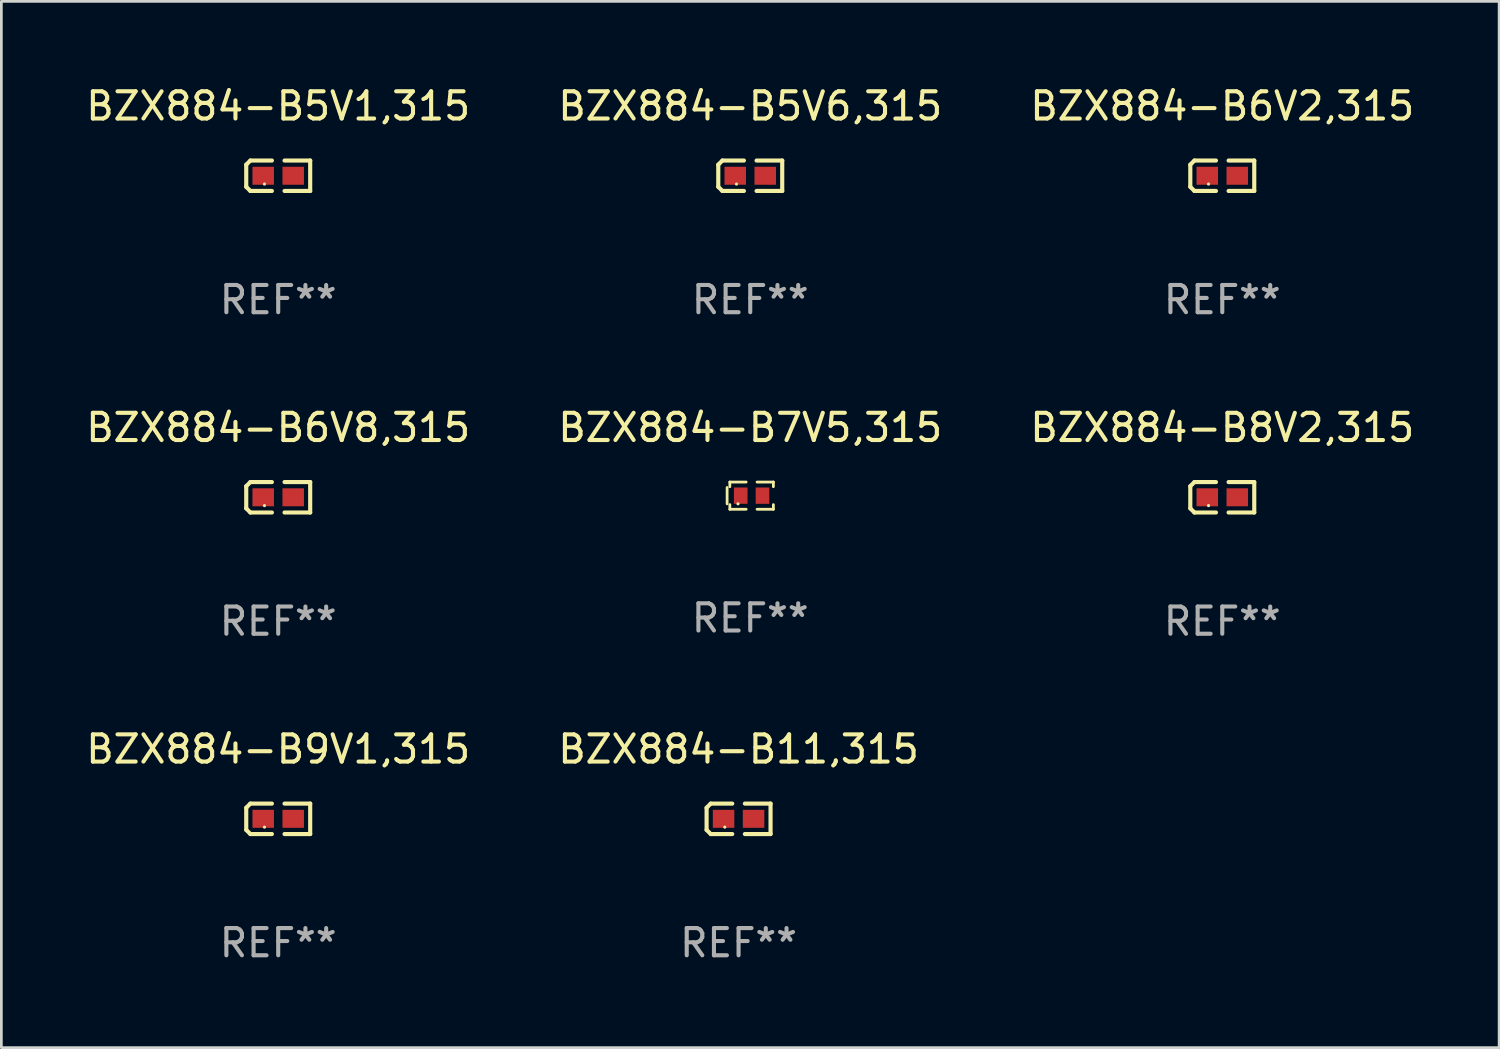
<source format=kicad_pcb>
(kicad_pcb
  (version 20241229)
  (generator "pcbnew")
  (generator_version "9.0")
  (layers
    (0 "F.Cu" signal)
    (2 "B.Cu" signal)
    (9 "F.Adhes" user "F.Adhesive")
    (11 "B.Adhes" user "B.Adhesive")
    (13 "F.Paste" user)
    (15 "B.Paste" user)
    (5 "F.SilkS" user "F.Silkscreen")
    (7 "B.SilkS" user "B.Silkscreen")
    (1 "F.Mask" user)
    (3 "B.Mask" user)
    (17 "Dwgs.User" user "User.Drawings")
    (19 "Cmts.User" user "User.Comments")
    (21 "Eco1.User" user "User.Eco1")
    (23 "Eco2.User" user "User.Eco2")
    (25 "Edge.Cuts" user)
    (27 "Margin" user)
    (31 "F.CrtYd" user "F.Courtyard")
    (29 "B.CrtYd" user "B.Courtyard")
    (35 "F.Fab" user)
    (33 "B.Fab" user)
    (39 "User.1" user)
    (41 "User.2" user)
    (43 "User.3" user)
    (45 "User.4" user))
  (footprint "BZX884-B5V6,315"
    (layer "F.Cu")
    (at 24.518 3.408)
    (property "Reference" "BZX884-B5V6,315" (at 0 -2.559 0) (layer "F.SilkS") (effects (font (size 1 1) (thickness 0.15))))
    (attr through_hole)
    (fp_line (start -1.175 -0.407) (end -1.023 -0.559) (stroke (width 0.152) (type solid)) (layer "F.SilkS"))
    (fp_line (start -1.175 0.407) (end -1.175 -0.407) (stroke (width 0.152) (type solid)) (layer "F.SilkS"))
    (fp_line (start -1.023 -0.559) (end -0.232 -0.559) (stroke (width 0.152) (type solid)) (layer "F.SilkS"))
    (fp_line (start -1.023 0.559) (end -1.175 0.407) (stroke (width 0.152) (type solid)) (layer "F.SilkS"))
    (fp_line (start -0.232 0.559) (end -1.023 0.559) (stroke (width 0.152) (type solid)) (layer "F.SilkS"))
    (fp_line (start 0.232 0.559) (end 1.175 0.559) (stroke (width 0.152) (type solid)) (layer "F.SilkS"))
    (fp_line (start 1.175 -0.559) (end 0.232 -0.559) (stroke (width 0.152) (type solid)) (layer "F.SilkS"))
    (fp_line (start 1.175 0.559) (end 1.175 -0.559) (stroke (width 0.152) (type solid)) (layer "F.SilkS"))
    (fp_circle (center -0.506 0.306) (end -0.476 0.306) (stroke (width 0.06) (type solid)) (fill no) (layer "F.SilkS"))
    (fp_text user "REF**" (at 0 4.559 0) (layer "F.Fab") (effects (font (size 1 1) (thickness 0.15))))
    (pad "1" smd rect (at -0.551 0) (size 0.79 0.661) (layers "F.Cu" "F.Mask" "F.Paste"))
    (pad "2" smd rect (at 0.551 0) (size 0.79 0.661) (layers "F.Cu" "F.Mask" "F.Paste")))
  (footprint "BZX884-B6V8,315"
    (layer "F.Cu")
    (at 7.173 15.223)
    (property "Reference" "BZX884-B6V8,315" (at 0 -2.559 0) (layer "F.SilkS") (effects (font (size 1 1) (thickness 0.15))))
    (attr through_hole)
    (fp_line (start -1.175 -0.407) (end -1.023 -0.559) (stroke (width 0.152) (type solid)) (layer "F.SilkS"))
    (fp_line (start -1.175 0.407) (end -1.175 -0.407) (stroke (width 0.152) (type solid)) (layer "F.SilkS"))
    (fp_line (start -1.023 -0.559) (end -0.232 -0.559) (stroke (width 0.152) (type solid)) (layer "F.SilkS"))
    (fp_line (start -1.023 0.559) (end -1.175 0.407) (stroke (width 0.152) (type solid)) (layer "F.SilkS"))
    (fp_line (start -0.232 0.559) (end -1.023 0.559) (stroke (width 0.152) (type solid)) (layer "F.SilkS"))
    (fp_line (start 0.232 0.559) (end 1.175 0.559) (stroke (width 0.152) (type solid)) (layer "F.SilkS"))
    (fp_line (start 1.175 -0.559) (end 0.232 -0.559) (stroke (width 0.152) (type solid)) (layer "F.SilkS"))
    (fp_line (start 1.175 0.559) (end 1.175 -0.559) (stroke (width 0.152) (type solid)) (layer "F.SilkS"))
    (fp_circle (center -0.506 0.306) (end -0.476 0.306) (stroke (width 0.06) (type solid)) (fill no) (layer "F.SilkS"))
    (fp_text user "REF**" (at 0 4.559 0) (layer "F.Fab") (effects (font (size 1 1) (thickness 0.15))))
    (pad "1" smd rect (at -0.551 0) (size 0.79 0.661) (layers "F.Cu" "F.Mask" "F.Paste"))
    (pad "2" smd rect (at 0.551 0) (size 0.79 0.661) (layers "F.Cu" "F.Mask" "F.Paste")))
  (footprint "BZX884-B6V2,315"
    (layer "F.Cu")
    (at 41.863 3.408)
    (property "Reference" "BZX884-B6V2,315" (at 0 -2.559 0) (layer "F.SilkS") (effects (font (size 1 1) (thickness 0.15))))
    (attr through_hole)
    (fp_line (start -1.175 -0.407) (end -1.023 -0.559) (stroke (width 0.152) (type solid)) (layer "F.SilkS"))
    (fp_line (start -1.175 0.407) (end -1.175 -0.407) (stroke (width 0.152) (type solid)) (layer "F.SilkS"))
    (fp_line (start -1.023 -0.559) (end -0.232 -0.559) (stroke (width 0.152) (type solid)) (layer "F.SilkS"))
    (fp_line (start -1.023 0.559) (end -1.175 0.407) (stroke (width 0.152) (type solid)) (layer "F.SilkS"))
    (fp_line (start -0.232 0.559) (end -1.023 0.559) (stroke (width 0.152) (type solid)) (layer "F.SilkS"))
    (fp_line (start 0.232 0.559) (end 1.175 0.559) (stroke (width 0.152) (type solid)) (layer "F.SilkS"))
    (fp_line (start 1.175 -0.559) (end 0.232 -0.559) (stroke (width 0.152) (type solid)) (layer "F.SilkS"))
    (fp_line (start 1.175 0.559) (end 1.175 -0.559) (stroke (width 0.152) (type solid)) (layer "F.SilkS"))
    (fp_circle (center -0.506 0.306) (end -0.476 0.306) (stroke (width 0.06) (type solid)) (fill no) (layer "F.SilkS"))
    (fp_text user "REF**" (at 0 4.559 0) (layer "F.Fab") (effects (font (size 1 1) (thickness 0.15))))
    (pad "1" smd rect (at -0.551 0) (size 0.79 0.661) (layers "F.Cu" "F.Mask" "F.Paste"))
    (pad "2" smd rect (at 0.551 0) (size 0.79 0.661) (layers "F.Cu" "F.Mask" "F.Paste")))
  (footprint "BZX884-B5V1,315"
    (layer "F.Cu")
    (at 7.173 3.408)
    (property "Reference" "BZX884-B5V1,315" (at 0 -2.559 0) (layer "F.SilkS") (effects (font (size 1 1) (thickness 0.15))))
    (attr through_hole)
    (fp_line (start -1.175 -0.407) (end -1.023 -0.559) (stroke (width 0.152) (type solid)) (layer "F.SilkS"))
    (fp_line (start -1.175 0.407) (end -1.175 -0.407) (stroke (width 0.152) (type solid)) (layer "F.SilkS"))
    (fp_line (start -1.023 -0.559) (end -0.232 -0.559) (stroke (width 0.152) (type solid)) (layer "F.SilkS"))
    (fp_line (start -1.023 0.559) (end -1.175 0.407) (stroke (width 0.152) (type solid)) (layer "F.SilkS"))
    (fp_line (start -0.232 0.559) (end -1.023 0.559) (stroke (width 0.152) (type solid)) (layer "F.SilkS"))
    (fp_line (start 0.232 0.559) (end 1.175 0.559) (stroke (width 0.152) (type solid)) (layer "F.SilkS"))
    (fp_line (start 1.175 -0.559) (end 0.232 -0.559) (stroke (width 0.152) (type solid)) (layer "F.SilkS"))
    (fp_line (start 1.175 0.559) (end 1.175 -0.559) (stroke (width 0.152) (type solid)) (layer "F.SilkS"))
    (fp_circle (center -0.506 0.306) (end -0.476 0.306) (stroke (width 0.06) (type solid)) (fill no) (layer "F.SilkS"))
    (fp_text user "REF**" (at 0 4.559 0) (layer "F.Fab") (effects (font (size 1 1) (thickness 0.15))))
    (pad "1" smd rect (at -0.551 0) (size 0.79 0.661) (layers "F.Cu" "F.Mask" "F.Paste"))
    (pad "2" smd rect (at 0.551 0) (size 0.79 0.661) (layers "F.Cu" "F.Mask" "F.Paste")))
  (footprint "BZX884-B11,315"
    (layer "F.Cu")
    (at 24.089 27.038)
    (property "Reference" "BZX884-B11,315" (at 0 -2.559 0) (layer "F.SilkS") (effects (font (size 1 1) (thickness 0.15))))
    (attr through_hole)
    (fp_line (start -1.175 -0.407) (end -1.023 -0.559) (stroke (width 0.152) (type solid)) (layer "F.SilkS"))
    (fp_line (start -1.175 0.407) (end -1.175 -0.407) (stroke (width 0.152) (type solid)) (layer "F.SilkS"))
    (fp_line (start -1.023 -0.559) (end -0.232 -0.559) (stroke (width 0.152) (type solid)) (layer "F.SilkS"))
    (fp_line (start -1.023 0.559) (end -1.175 0.407) (stroke (width 0.152) (type solid)) (layer "F.SilkS"))
    (fp_line (start -0.232 0.559) (end -1.023 0.559) (stroke (width 0.152) (type solid)) (layer "F.SilkS"))
    (fp_line (start 0.232 0.559) (end 1.175 0.559) (stroke (width 0.152) (type solid)) (layer "F.SilkS"))
    (fp_line (start 1.175 -0.559) (end 0.232 -0.559) (stroke (width 0.152) (type solid)) (layer "F.SilkS"))
    (fp_line (start 1.175 0.559) (end 1.175 -0.559) (stroke (width 0.152) (type solid)) (layer "F.SilkS"))
    (fp_circle (center -0.506 0.306) (end -0.476 0.306) (stroke (width 0.06) (type solid)) (fill no) (layer "F.SilkS"))
    (fp_text user "REF**" (at 0 4.559 0) (layer "F.Fab") (effects (font (size 1 1) (thickness 0.15))))
    (pad "1" smd rect (at -0.551 0) (size 0.79 0.661) (layers "F.Cu" "F.Mask" "F.Paste"))
    (pad "2" smd rect (at 0.551 0) (size 0.79 0.661) (layers "F.Cu" "F.Mask" "F.Paste")))
  (footprint "BZX884-B9V1,315"
    (layer "F.Cu")
    (at 7.173 27.038)
    (property "Reference" "BZX884-B9V1,315" (at 0 -2.559 0) (layer "F.SilkS") (effects (font (size 1 1) (thickness 0.15))))
    (attr through_hole)
    (fp_line (start -1.175 -0.407) (end -1.023 -0.559) (stroke (width 0.152) (type solid)) (layer "F.SilkS"))
    (fp_line (start -1.175 0.407) (end -1.175 -0.407) (stroke (width 0.152) (type solid)) (layer "F.SilkS"))
    (fp_line (start -1.023 -0.559) (end -0.232 -0.559) (stroke (width 0.152) (type solid)) (layer "F.SilkS"))
    (fp_line (start -1.023 0.559) (end -1.175 0.407) (stroke (width 0.152) (type solid)) (layer "F.SilkS"))
    (fp_line (start -0.232 0.559) (end -1.023 0.559) (stroke (width 0.152) (type solid)) (layer "F.SilkS"))
    (fp_line (start 0.232 0.559) (end 1.175 0.559) (stroke (width 0.152) (type solid)) (layer "F.SilkS"))
    (fp_line (start 1.175 -0.559) (end 0.232 -0.559) (stroke (width 0.152) (type solid)) (layer "F.SilkS"))
    (fp_line (start 1.175 0.559) (end 1.175 -0.559) (stroke (width 0.152) (type solid)) (layer "F.SilkS"))
    (fp_circle (center -0.506 0.306) (end -0.476 0.306) (stroke (width 0.06) (type solid)) (fill no) (layer "F.SilkS"))
    (fp_text user "REF**" (at 0 4.559 0) (layer "F.Fab") (effects (font (size 1 1) (thickness 0.15))))
    (pad "1" smd rect (at -0.551 0) (size 0.79 0.661) (layers "F.Cu" "F.Mask" "F.Paste"))
    (pad "2" smd rect (at 0.551 0) (size 0.79 0.661) (layers "F.Cu" "F.Mask" "F.Paste")))
  (footprint "BZX884-B8V2,315"
    (layer "F.Cu")
    (at 41.863 15.223)
    (property "Reference" "BZX884-B8V2,315" (at 0 -2.559 0) (layer "F.SilkS") (effects (font (size 1 1) (thickness 0.15))))
    (attr through_hole)
    (fp_line (start -1.175 -0.407) (end -1.023 -0.559) (stroke (width 0.152) (type solid)) (layer "F.SilkS"))
    (fp_line (start -1.175 0.407) (end -1.175 -0.407) (stroke (width 0.152) (type solid)) (layer "F.SilkS"))
    (fp_line (start -1.023 -0.559) (end -0.232 -0.559) (stroke (width 0.152) (type solid)) (layer "F.SilkS"))
    (fp_line (start -1.023 0.559) (end -1.175 0.407) (stroke (width 0.152) (type solid)) (layer "F.SilkS"))
    (fp_line (start -0.232 0.559) (end -1.023 0.559) (stroke (width 0.152) (type solid)) (layer "F.SilkS"))
    (fp_line (start 0.232 0.559) (end 1.175 0.559) (stroke (width 0.152) (type solid)) (layer "F.SilkS"))
    (fp_line (start 1.175 -0.559) (end 0.232 -0.559) (stroke (width 0.152) (type solid)) (layer "F.SilkS"))
    (fp_line (start 1.175 0.559) (end 1.175 -0.559) (stroke (width 0.152) (type solid)) (layer "F.SilkS"))
    (fp_circle (center -0.506 0.306) (end -0.476 0.306) (stroke (width 0.06) (type solid)) (fill no) (layer "F.SilkS"))
    (fp_text user "REF**" (at 0 4.559 0) (layer "F.Fab") (effects (font (size 1 1) (thickness 0.15))))
    (pad "1" smd rect (at -0.551 0) (size 0.79 0.661) (layers "F.Cu" "F.Mask" "F.Paste"))
    (pad "2" smd rect (at 0.551 0) (size 0.79 0.661) (layers "F.Cu" "F.Mask" "F.Paste")))
  (footprint "BZX884-B7V5,315"
    (layer "F.Cu")
    (at 24.518 15.163)
    (property "Reference" "BZX884-B7V5,315" (at 0 -2.5 0) (layer "F.SilkS") (effects (font (size 1 1) (thickness 0.15))))
    (attr through_hole)
    (fp_line (start -0.85 -0.3) (end -0.85 0.3) (stroke (width 0.102) (type solid)) (layer "F.SilkS"))
    (fp_line (start -0.75 -0.5) (end -0.75 -0.329) (stroke (width 0.102) (type solid)) (layer "F.SilkS"))
    (fp_line (start -0.75 0.329) (end -0.75 0.5) (stroke (width 0.102) (type solid)) (layer "F.SilkS"))
    (fp_line (start -0.75 0.5) (end -0.15 0.5) (stroke (width 0.102) (type solid)) (layer "F.SilkS"))
    (fp_line (start -0.15 -0.5) (end -0.75 -0.5) (stroke (width 0.102) (type solid)) (layer "F.SilkS"))
    (fp_line (start 0.25 -0.5) (end 0.85 -0.5) (stroke (width 0.102) (type solid)) (layer "F.SilkS"))
    (fp_line (start 0.85 -0.5) (end 0.85 -0.33) (stroke (width 0.102) (type solid)) (layer "F.SilkS"))
    (fp_line (start 0.85 0.33) (end 0.85 0.5) (stroke (width 0.102) (type solid)) (layer "F.SilkS"))
    (fp_line (start 0.85 0.5) (end 0.25 0.5) (stroke (width 0.102) (type solid)) (layer "F.SilkS"))
    (fp_circle (center -0.45 0.3) (end -0.42 0.3) (stroke (width 0.06) (type solid)) (fill no) (layer "F.SilkS"))
    (fp_text user "REF**" (at 0 4.5 0) (layer "F.Fab") (effects (font (size 1 1) (thickness 0.15))))
    (pad "1" smd rect (at -0.35 0) (size 0.5 0.6) (layers "F.Cu" "F.Mask" "F.Paste"))
    (pad "2" smd rect (at 0.45 0) (size 0.5 0.6) (layers "F.Cu" "F.Mask" "F.Paste")))
  (gr_rect
    (start -3 -3)
    (end 52.036 35.446)
    (stroke (width 0.1) (type default))
    (fill no)
    (layer "Edge.Cuts")))
</source>
